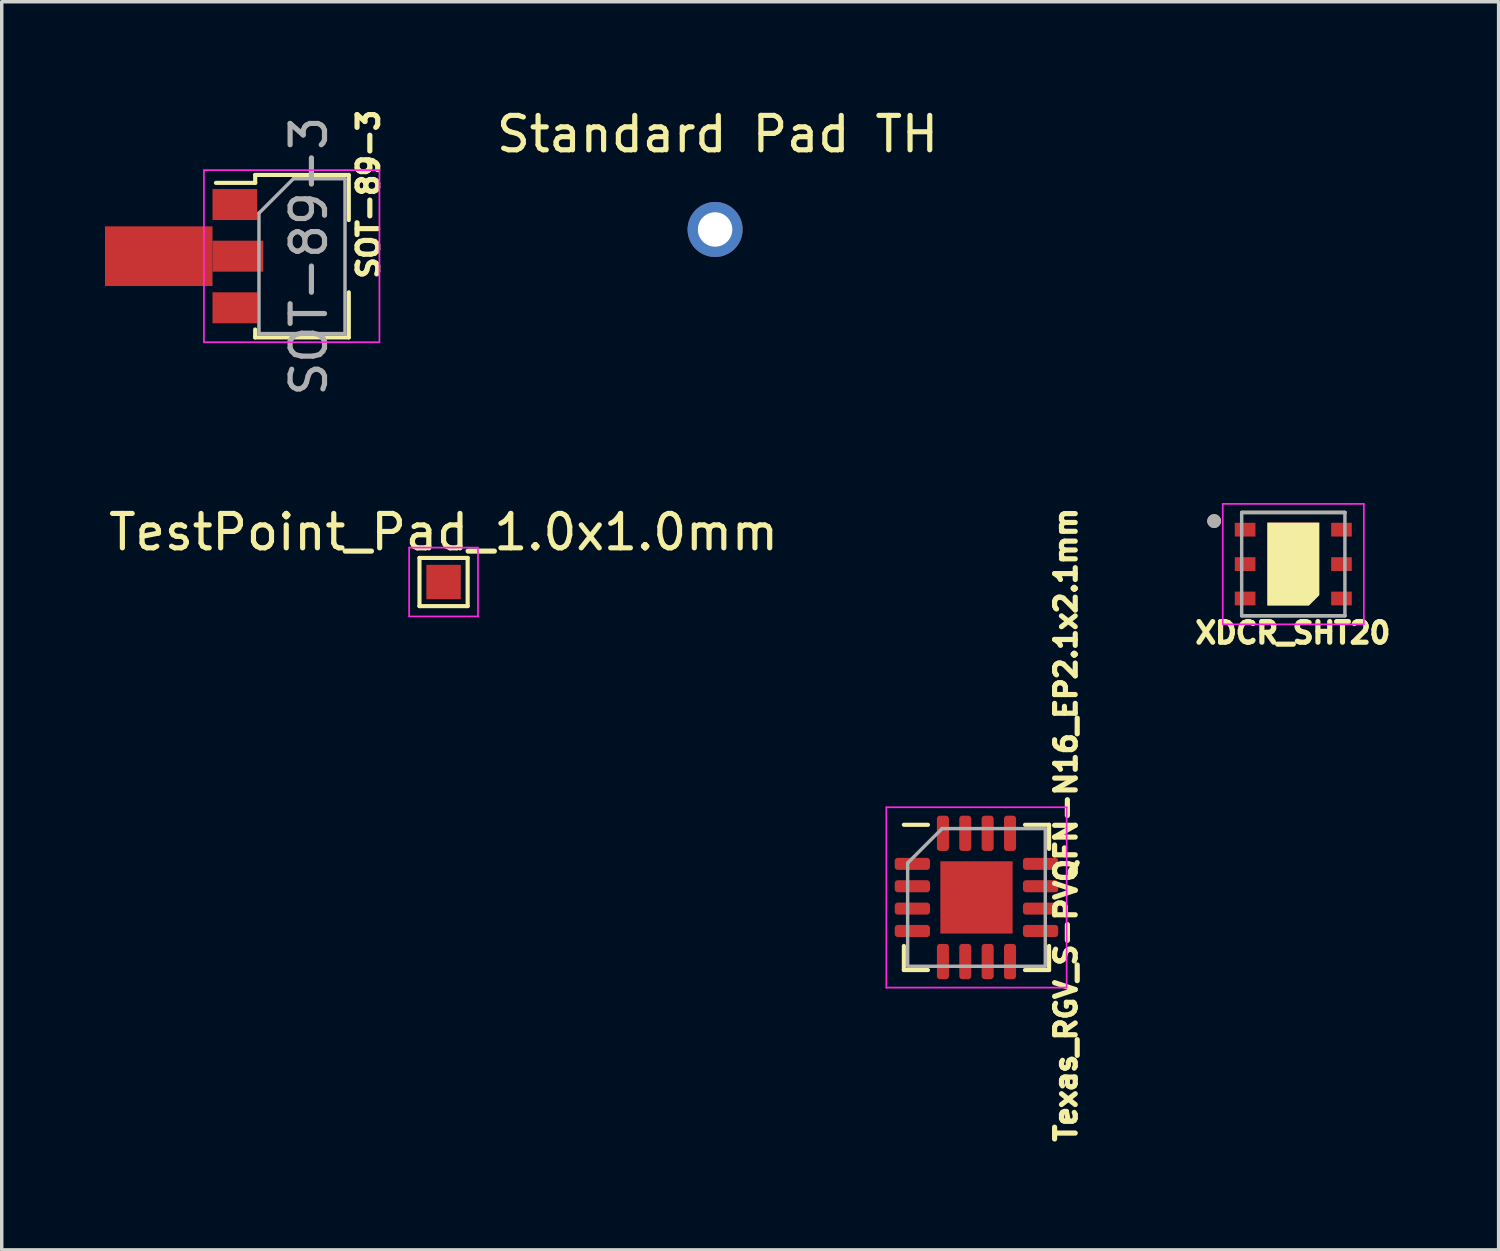
<source format=kicad_pcb>
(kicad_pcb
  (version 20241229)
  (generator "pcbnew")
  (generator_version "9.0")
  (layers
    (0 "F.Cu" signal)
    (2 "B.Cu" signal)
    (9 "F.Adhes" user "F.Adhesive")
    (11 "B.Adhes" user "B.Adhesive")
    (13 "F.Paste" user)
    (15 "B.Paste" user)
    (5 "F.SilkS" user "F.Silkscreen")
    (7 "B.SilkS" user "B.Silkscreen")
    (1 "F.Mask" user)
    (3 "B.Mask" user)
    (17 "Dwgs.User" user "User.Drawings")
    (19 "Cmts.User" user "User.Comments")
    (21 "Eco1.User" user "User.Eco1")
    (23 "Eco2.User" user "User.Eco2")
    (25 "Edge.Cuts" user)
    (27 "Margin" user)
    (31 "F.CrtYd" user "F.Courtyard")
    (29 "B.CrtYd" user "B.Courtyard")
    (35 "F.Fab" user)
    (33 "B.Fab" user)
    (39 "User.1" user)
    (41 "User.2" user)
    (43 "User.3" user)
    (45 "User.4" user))
  (footprint "TestPoint_Pad_1.0x1.0mm"
    (layer "F.Cu")
    (at 9.839 13.862)
    (property "Reference" "TestPoint_Pad_1.0x1.0mm" (at 0 -1.448 0) (layer "F.SilkS") (effects (font (size 1 1) (thickness 0.15))))
    (attr exclude_from_pos_files exclude_from_bom)
    (fp_line (start -0.7 -0.7) (end 0.7 -0.7) (stroke (width 0.12) (type solid)) (layer "F.SilkS"))
    (fp_line (start -0.7 0.7) (end -0.7 -0.7) (stroke (width 0.12) (type solid)) (layer "F.SilkS"))
    (fp_line (start 0.7 -0.7) (end 0.7 0.7) (stroke (width 0.12) (type solid)) (layer "F.SilkS"))
    (fp_line (start 0.7 0.7) (end -0.7 0.7) (stroke (width 0.12) (type solid)) (layer "F.SilkS"))
    (fp_line (start -1 -1) (end -1 1) (stroke (width 0.05) (type solid)) (layer "F.CrtYd"))
    (fp_line (start -1 -1) (end 1 -1) (stroke (width 0.05) (type solid)) (layer "F.CrtYd"))
    (fp_line (start 1 1) (end -1 1) (stroke (width 0.05) (type solid)) (layer "F.CrtYd"))
    (fp_line (start 1 1) (end 1 -1) (stroke (width 0.05) (type solid)) (layer "F.CrtYd"))
    (pad "1" smd rect (at 0 0 180) (size 1 1) (layers "F.Cu" "F.Mask")))
  (footprint "SOT-89-3"
    (layer "F.Cu")
    (at 5.425 4.394)
    (property "Reference" "SOT-89-3" (at 2.23 -1.8 90) (layer "F.SilkS") (effects (font (size 0.6 0.6) (thickness 0.15))))
    (attr smd)
    (fp_line (start -2.2 -2.13) (end -1.06 -2.13) (stroke (width 0.12) (type solid)) (layer "F.SilkS"))
    (fp_line (start -1.06 -2.36) (end -1.06 -2.13) (stroke (width 0.12) (type solid)) (layer "F.SilkS"))
    (fp_line (start -1.06 -2.36) (end 1.66 -2.36) (stroke (width 0.12) (type solid)) (layer "F.SilkS"))
    (fp_line (start -1.06 2.36) (end -1.06 2.13) (stroke (width 0.12) (type solid)) (layer "F.SilkS"))
    (fp_line (start 1.66 -2.36) (end 1.66 -1.05) (stroke (width 0.12) (type solid)) (layer "F.SilkS"))
    (fp_line (start 1.66 1.05) (end 1.66 2.36) (stroke (width 0.12) (type solid)) (layer "F.SilkS"))
    (fp_line (start 1.66 2.36) (end -1.06 2.36) (stroke (width 0.12) (type solid)) (layer "F.SilkS"))
    (fp_line (start -2.55 2.5) (end -2.55 -2.5) (stroke (width 0.05) (type solid)) (layer "F.CrtYd"))
    (fp_line (start -2.55 2.5) (end 2.55 2.5) (stroke (width 0.05) (type solid)) (layer "F.CrtYd"))
    (fp_line (start 2.55 -2.5) (end -2.55 -2.5) (stroke (width 0.05) (type solid)) (layer "F.CrtYd"))
    (fp_line (start 2.55 -2.5) (end 2.55 2.5) (stroke (width 0.05) (type solid)) (layer "F.CrtYd"))
    (fp_line (start -0.95 -1.25) (end 0.05 -2.25) (stroke (width 0.1) (type solid)) (layer "F.Fab"))
    (fp_line (start -0.95 2.25) (end -0.95 -1.25) (stroke (width 0.1) (type solid)) (layer "F.Fab"))
    (fp_line (start 0.05 -2.25) (end 1.55 -2.25) (stroke (width 0.1) (type solid)) (layer "F.Fab"))
    (fp_line (start 1.55 -2.25) (end 1.55 2.25) (stroke (width 0.1) (type solid)) (layer "F.Fab"))
    (fp_line (start 1.55 2.25) (end -0.95 2.25) (stroke (width 0.1) (type solid)) (layer "F.Fab"))
    (fp_text user "${REFERENCE}" (at 0.5 0 90) (layer "F.Fab") (effects (font (size 1 1) (thickness 0.15))))
    (pad "G" smd custom (at -1.562 0 180) (size 1.475 0.9) (layers "F.Cu" "F.Mask" "F.Paste") (options (anchor rect)) (primitives (gr_poly (pts (xy 3.862 0.867) (xy 0.738 0.867) (xy 0.738 -0.867) (xy 3.862 -0.867)) (width 0) (fill yes))))
    (pad "Vi" smd rect (at -1.65 1.5 180) (size 1.3 0.9) (layers "F.Cu" "F.Mask" "F.Paste"))
    (pad "Vo" smd rect (at -1.65 -1.5 180) (size 1.3 0.9) (layers "F.Cu" "F.Mask" "F.Paste")))
  (footprint "Texas_RGV_S-PVQFN-N16_EP2.1x2.1mm"
    (layer "F.Cu")
    (at 25.324 23.027)
    (property "Reference" "Texas_RGV_S-PVQFN-N16_EP2.1x2.1mm" (at 2.6 -2.11 90) (layer "F.SilkS") (effects (font (size 0.6 0.6) (thickness 0.15))))
    (attr smd)
    (fp_line (start -2.11 2.11) (end -2.11 1.41) (stroke (width 0.12) (type solid)) (layer "F.SilkS"))
    (fp_line (start -1.41 -2.11) (end -2.11 -2.11) (stroke (width 0.12) (type solid)) (layer "F.SilkS"))
    (fp_line (start -1.41 2.11) (end -2.11 2.11) (stroke (width 0.12) (type solid)) (layer "F.SilkS"))
    (fp_line (start 1.41 -2.11) (end 2.11 -2.11) (stroke (width 0.12) (type solid)) (layer "F.SilkS"))
    (fp_line (start 1.41 2.11) (end 2.11 2.11) (stroke (width 0.12) (type solid)) (layer "F.SilkS"))
    (fp_line (start 2.11 -2.11) (end 2.11 -1.41) (stroke (width 0.12) (type solid)) (layer "F.SilkS"))
    (fp_line (start 2.11 2.11) (end 2.11 1.41) (stroke (width 0.12) (type solid)) (layer "F.SilkS"))
    (fp_line (start -2.62 -2.62) (end -2.62 2.62) (stroke (width 0.05) (type solid)) (layer "F.CrtYd"))
    (fp_line (start -2.62 2.62) (end 2.62 2.62) (stroke (width 0.05) (type solid)) (layer "F.CrtYd"))
    (fp_line (start 2.62 -2.62) (end -2.62 -2.62) (stroke (width 0.05) (type solid)) (layer "F.CrtYd"))
    (fp_line (start 2.62 2.62) (end 2.62 -2.62) (stroke (width 0.05) (type solid)) (layer "F.CrtYd"))
    (fp_line (start -2 -1) (end -1 -2) (stroke (width 0.1) (type solid)) (layer "F.Fab"))
    (fp_line (start -2 2) (end -2 -1) (stroke (width 0.1) (type solid)) (layer "F.Fab"))
    (fp_line (start -1 -2) (end 2 -2) (stroke (width 0.1) (type solid)) (layer "F.Fab"))
    (fp_line (start 2 -2) (end 2 2) (stroke (width 0.1) (type solid)) (layer "F.Fab"))
    (fp_line (start 2 2) (end -2 2) (stroke (width 0.1) (type solid)) (layer "F.Fab"))
    (pad "" smd roundrect (at -0.525 -0.525 180) (size 0.85 0.85) (layers "F.Paste") (roundrect_rratio 0.25))
    (pad "" smd roundrect (at -0.525 0.525 180) (size 0.85 0.85) (layers "F.Paste") (roundrect_rratio 0.25))
    (pad "" smd roundrect (at 0.525 -0.525 180) (size 0.85 0.85) (layers "F.Paste") (roundrect_rratio 0.25))
    (pad "" smd roundrect (at 0.525 0.525 180) (size 0.85 0.85) (layers "F.Paste") (roundrect_rratio 0.25))
    (pad "17" smd rect (at 0 0 180) (size 2.1 2.1) (layers "F.Cu" "F.Mask"))
    (pad "A0" smd roundrect (at -0.975 1.863 180) (size 0.35 1.025) (layers "F.Cu" "F.Mask" "F.Paste") (roundrect_rratio 0.25))
    (pad "CRIT" smd roundrect (at 1.863 0.975 180) (size 1.025 0.35) (layers "F.Cu" "F.Mask" "F.Paste") (roundrect_rratio 0.25))
    (pad "GND" smd roundrect (at -1.863 0.325 180) (size 1.025 0.35) (layers "F.Cu" "F.Mask" "F.Paste") (roundrect_rratio 0.25))
    (pad "IN+1" smd roundrect (at 1.863 -0.975 180) (size 1.025 0.35) (layers "F.Cu" "F.Mask" "F.Paste") (roundrect_rratio 0.25))
    (pad "IN+2" smd roundrect (at -0.325 -1.863 180) (size 0.35 1.025) (layers "F.Cu" "F.Mask" "F.Paste") (roundrect_rratio 0.25))
    (pad "IN+3" smd roundrect (at -1.863 -0.325 180) (size 1.025 0.35) (layers "F.Cu" "F.Mask" "F.Paste") (roundrect_rratio 0.25))
    (pad "IN-1" smd roundrect (at 1.863 -0.325 180) (size 1.025 0.35) (layers "F.Cu" "F.Mask" "F.Paste") (roundrect_rratio 0.25))
    (pad "IN-2" smd roundrect (at 0.325 -1.863 180) (size 0.35 1.025) (layers "F.Cu" "F.Mask" "F.Paste") (roundrect_rratio 0.25))
    (pad "IN-3" smd roundrect (at -1.863 -0.975 180) (size 1.025 0.35) (layers "F.Cu" "F.Mask" "F.Paste") (roundrect_rratio 0.25))
    (pad "PV" smd roundrect (at 1.863 0.325 180) (size 1.025 0.35) (layers "F.Cu" "F.Mask" "F.Paste") (roundrect_rratio 0.25))
    (pad "SCL" smd roundrect (at -0.325 1.863 180) (size 0.35 1.025) (layers "F.Cu" "F.Mask" "F.Paste") (roundrect_rratio 0.25))
    (pad "SDA" smd roundrect (at 0.325 1.863 180) (size 0.35 1.025) (layers "F.Cu" "F.Mask" "F.Paste") (roundrect_rratio 0.25))
    (pad "TC" smd roundrect (at 0.975 -1.863 180) (size 0.35 1.025) (layers "F.Cu" "F.Mask" "F.Paste") (roundrect_rratio 0.25))
    (pad "VPU" smd roundrect (at -0.975 -1.863 180) (size 0.35 1.025) (layers "F.Cu" "F.Mask" "F.Paste") (roundrect_rratio 0.25))
    (pad "VS" smd roundrect (at -1.863 0.975 180) (size 1.025 0.35) (layers "F.Cu" "F.Mask" "F.Paste") (roundrect_rratio 0.25))
    (pad "WARN" smd roundrect (at 0.975 1.863 180) (size 0.35 1.025) (layers "F.Cu" "F.Mask" "F.Paste") (roundrect_rratio 0.25)))
  (footprint "XDCR_SHT20"
    (layer "F.Cu")
    (at 34.53 13.341)
    (property "Reference" "XDCR_SHT20" (at -0.013 2 0) (layer "F.SilkS") (effects (font (size 0.6 0.6) (thickness 0.15))))
    (attr smd)
    (fp_poly (pts (xy -0.85 -0.9) (xy -0.85 1.2) (xy -0.85 1.205) (xy -0.849 1.21) (xy -0.849 1.216) (xy -0.848 1.221) (xy -0.847 1.226) (xy -0.845 1.231) (xy -0.843 1.236) (xy -0.841 1.241) (xy -0.839 1.245) (xy -0.837 1.25) (xy -0.834 1.254) (xy -0.831 1.259) (xy -0.828 1.263) (xy -0.824 1.267) (xy -0.821 1.271) (xy -0.817 1.274) (xy -0.813 1.278) (xy -0.809 1.281) (xy -0.804 1.284) (xy -0.8 1.287) (xy -0.795 1.289) (xy -0.791 1.291) (xy -0.786 1.293) (xy -0.781 1.295) (xy -0.776 1.297) (xy -0.771 1.298) (xy -0.766 1.299) (xy -0.76 1.299) (xy -0.755 1.3) (xy -0.75 1.3) (xy 0.75 1.3) (xy 0.755 1.3) (xy 0.76 1.299) (xy 0.766 1.299) (xy 0.771 1.298) (xy 0.776 1.297) (xy 0.781 1.295) (xy 0.786 1.293) (xy 0.791 1.291) (xy 0.795 1.289) (xy 0.8 1.287) (xy 0.804 1.284) (xy 0.809 1.281) (xy 0.813 1.278) (xy 0.817 1.274) (xy 0.821 1.271) (xy 0.824 1.267) (xy 0.828 1.263) (xy 0.831 1.259) (xy 0.834 1.254) (xy 0.837 1.25) (xy 0.839 1.245) (xy 0.841 1.241) (xy 0.843 1.236) (xy 0.845 1.231) (xy 0.847 1.226) (xy 0.848 1.221) (xy 0.849 1.216) (xy 0.849 1.21) (xy 0.85 1.205) (xy 0.85 1.2) (xy 0.85 -1.2) (xy 0.85 -1.205) (xy 0.849 -1.21) (xy 0.849 -1.216) (xy 0.848 -1.221) (xy 0.847 -1.226) (xy 0.845 -1.231) (xy 0.843 -1.236) (xy 0.841 -1.241) (xy 0.839 -1.245) (xy 0.837 -1.25) (xy 0.834 -1.254) (xy 0.831 -1.259) (xy 0.828 -1.263) (xy 0.824 -1.267) (xy 0.821 -1.271) (xy 0.817 -1.274) (xy 0.813 -1.278) (xy 0.809 -1.281) (xy 0.804 -1.284) (xy 0.8 -1.287) (xy 0.795 -1.289) (xy 0.791 -1.291) (xy 0.786 -1.293) (xy 0.781 -1.295) (xy 0.776 -1.297) (xy 0.771 -1.298) (xy 0.766 -1.299) (xy 0.76 -1.299) (xy 0.755 -1.3) (xy 0.75 -1.3) (xy -0.521 -1.3) (xy -0.85 -0.971) (xy -0.85 -0.9)) (stroke (width 0.01) (type solid)) (fill yes) (layer "F.Mask"))
    (fp_line (start -1.5 1.5) (end 1.5 1.5) (stroke (width 0.1) (type solid)) (layer "F.SilkS"))
    (fp_line (start 1.5 -1.5) (end -1.5 -1.5) (stroke (width 0.1) (type solid)) (layer "F.SilkS"))
    (fp_circle (center -2.3 -1.25) (end -2.2 -1.25) (stroke (width 0.2) (type solid)) (fill no) (layer "F.SilkS"))
    (fp_poly (pts (xy -1.7 -1.2) (xy -1.2 -1.2) (xy -1.2 -0.8) (xy -1.7 -0.8)) (stroke (width 0.01) (type solid)) (fill yes) (layer "F.Paste"))
    (fp_poly (pts (xy -1.7 -0.2) (xy -1.2 -0.2) (xy -1.2 0.2) (xy -1.7 0.2)) (stroke (width 0.01) (type solid)) (fill yes) (layer "F.Paste"))
    (fp_poly (pts (xy -1.7 0.8) (xy -1.2 0.8) (xy -1.2 1.2) (xy -1.7 1.2)) (stroke (width 0.01) (type solid)) (fill yes) (layer "F.Paste"))
    (fp_poly (pts (xy 1.2 -1.2) (xy 1.7 -1.2) (xy 1.7 -0.8) (xy 1.2 -0.8)) (stroke (width 0.01) (type solid)) (fill yes) (layer "F.Paste"))
    (fp_poly (pts (xy 1.2 -0.2) (xy 1.7 -0.2) (xy 1.7 0.2) (xy 1.2 0.2)) (stroke (width 0.01) (type solid)) (fill yes) (layer "F.Paste"))
    (fp_poly (pts (xy 1.2 0.8) (xy 1.7 0.8) (xy 1.7 1.2) (xy 1.2 1.2)) (stroke (width 0.01) (type solid)) (fill yes) (layer "F.Paste"))
    (fp_poly (pts (xy -0.7 -0.875) (xy -0.7 1.15) (xy 0.7 1.15) (xy 0.7 -1.15) (xy -0.425 -1.15)) (stroke (width 0.01) (type solid)) (fill yes) (layer "F.Paste"))
    (fp_line (start -2.05 -1.75) (end 2.05 -1.75) (stroke (width 0.05) (type solid)) (layer "F.CrtYd"))
    (fp_line (start -2.05 1.75) (end -2.05 -1.75) (stroke (width 0.05) (type solid)) (layer "F.CrtYd"))
    (fp_line (start 2.05 -1.75) (end 2.05 1.75) (stroke (width 0.05) (type solid)) (layer "F.CrtYd"))
    (fp_line (start 2.05 1.75) (end -2.05 1.75) (stroke (width 0.05) (type solid)) (layer "F.CrtYd"))
    (fp_line (start -1.5 -1.5) (end -1.5 1.5) (stroke (width 0.1) (type solid)) (layer "F.Fab"))
    (fp_line (start -1.5 1.5) (end 1.5 1.5) (stroke (width 0.1) (type solid)) (layer "F.Fab"))
    (fp_line (start 1.5 -1.5) (end -1.5 -1.5) (stroke (width 0.1) (type solid)) (layer "F.Fab"))
    (fp_line (start 1.5 1.5) (end 1.5 -1.5) (stroke (width 0.1) (type solid)) (layer "F.Fab"))
    (fp_circle (center -2.3 -1.25) (end -2.2 -1.25) (stroke (width 0.2) (type solid)) (fill no) (layer "F.Fab"))
    (pad "7" smd custom (at 0 0 180) (size 1 1) (layers "F.Cu" "F.SilkS") (options (anchor rect)) (primitives (gr_poly (pts (xy -0.45 -1.2) (xy 0.75 -1.2) (xy 0.75 1.2) (xy -0.75 1.2) (xy -0.75 -0.9)) (width 0.01) (fill yes))))
    (pad "GND" smd rect (at -1.4 0 180) (size 0.6 0.4) (layers "F.Cu" "F.Mask"))
    (pad "NC" smd rect (at -1.4 1 180) (size 0.6 0.4) (layers "F.Cu" "F.Mask"))
    (pad "NC" smd rect (at 1.4 1 180) (size 0.6 0.4) (layers "F.Cu" "F.Mask"))
    (pad "SCL" smd rect (at 1.4 -1 180) (size 0.6 0.4) (layers "F.Cu" "F.Mask"))
    (pad "SDA" smd rect (at -1.4 -1 180) (size 0.6 0.4) (layers "F.Cu" "F.Mask"))
    (pad "VDD" smd rect (at 1.4 0 180) (size 0.6 0.4) (layers "F.Cu" "F.Mask")))
  (footprint "Standard Pad TH"
    (layer "F.Cu")
    (at 17.809 3.678)
    (property "Reference" "Standard Pad TH" (at -0.01 -2.83 0) (unlocked yes) (layer "F.SilkS") (effects (font (size 1 1) (thickness 0.15))))
    (attr through_hole)
    (pad "1" thru_hole circle (at -0.08 -0.06) (size 1.6 1.6) (drill 1) (layers "*.Cu" "*.Mask")))
  (gr_rect
    (start -3 -3)
    (end 40.496 33.268)
    (stroke (width 0.1) (type default))
    (fill no)
    (layer "Edge.Cuts")))
</source>
